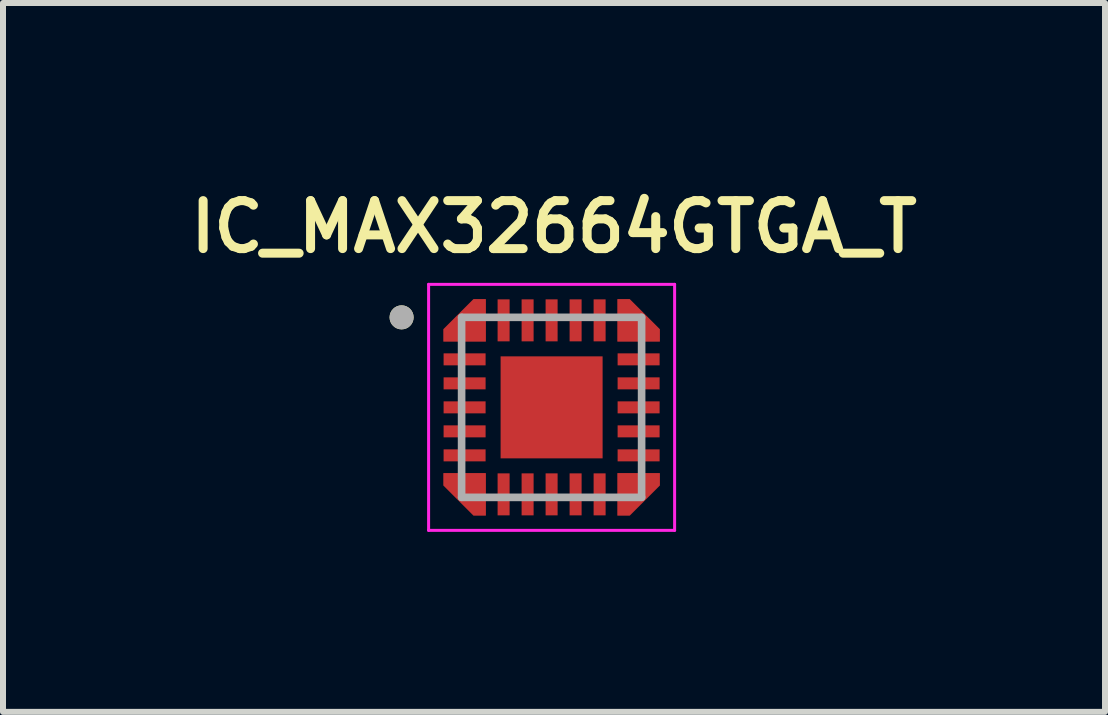
<source format=kicad_pcb>
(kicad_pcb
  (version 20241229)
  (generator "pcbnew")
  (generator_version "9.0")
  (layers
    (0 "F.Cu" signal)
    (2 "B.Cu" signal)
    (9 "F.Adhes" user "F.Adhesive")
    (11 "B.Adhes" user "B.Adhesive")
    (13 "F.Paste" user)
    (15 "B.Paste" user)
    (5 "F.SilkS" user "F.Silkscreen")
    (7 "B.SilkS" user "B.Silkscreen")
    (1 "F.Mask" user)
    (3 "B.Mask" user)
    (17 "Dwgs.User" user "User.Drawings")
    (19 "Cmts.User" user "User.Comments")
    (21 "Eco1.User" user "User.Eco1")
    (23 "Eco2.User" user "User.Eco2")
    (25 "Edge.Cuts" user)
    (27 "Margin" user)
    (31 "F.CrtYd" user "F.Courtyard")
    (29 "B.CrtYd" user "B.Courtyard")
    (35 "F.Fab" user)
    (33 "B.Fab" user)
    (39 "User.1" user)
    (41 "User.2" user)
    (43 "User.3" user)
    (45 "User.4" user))
  (footprint "IC_MAX32664GTGA_T"
    (layer "F.Cu")
    (at 6.143 3.739)
    (property "Reference" "IC_MAX32664GTGA_T" (at 0.04 -3.008 0) (layer "F.SilkS") (effects (font (size 0.8 0.8) (thickness 0.15))))
    (attr smd)
    (fp_poly (pts (xy -1.9 1) (xy -1 1) (xy -1 1.9) (xy -1.341 1.9) (xy -1.9 1.341)) (stroke (width 0.01) (type solid)) (fill yes) (layer "F.Mask"))
    (fp_poly (pts (xy -1 -1.9) (xy -1 -1) (xy -1.9 -1) (xy -1.9 -1.341) (xy -1.341 -1.9)) (stroke (width 0.01) (type solid)) (fill yes) (layer "F.Mask"))
    (fp_poly (pts (xy 1 -1.9) (xy 1 -1) (xy 1.9 -1) (xy 1.9 -1.341) (xy 1.341 -1.9)) (stroke (width 0.01) (type solid)) (fill yes) (layer "F.Mask"))
    (fp_poly (pts (xy 1.9 1) (xy 1 1) (xy 1 1.9) (xy 1.341 1.9) (xy 1.9 1.341)) (stroke (width 0.01) (type solid)) (fill yes) (layer "F.Mask"))
    (fp_circle (center -2.5 -1.5) (end -2.4 -1.5) (stroke (width 0.2) (type solid)) (fill no) (layer "F.SilkS"))
    (fp_poly (pts (xy -0.537 -0.537) (xy 0.537 -0.537) (xy 0.537 0.537) (xy -0.537 0.537)) (stroke (width 0.01) (type solid)) (fill yes) (layer "F.Paste"))
    (fp_poly (pts (xy -1.8 1.1) (xy -1.1 1.1) (xy -1.1 1.8) (xy -1.3 1.8) (xy -1.8 1.3)) (stroke (width 0.01) (type solid)) (fill yes) (layer "F.Paste"))
    (fp_poly (pts (xy -1.1 -1.8) (xy -1.1 -1.1) (xy -1.8 -1.1) (xy -1.8 -1.3) (xy -1.3 -1.8)) (stroke (width 0.01) (type solid)) (fill yes) (layer "F.Paste"))
    (fp_poly (pts (xy 1.1 -1.8) (xy 1.1 -1.1) (xy 1.8 -1.1) (xy 1.8 -1.3) (xy 1.3 -1.8)) (stroke (width 0.01) (type solid)) (fill yes) (layer "F.Paste"))
    (fp_poly (pts (xy 1.8 1.1) (xy 1.1 1.1) (xy 1.1 1.8) (xy 1.3 1.8) (xy 1.8 1.3)) (stroke (width 0.01) (type solid)) (fill yes) (layer "F.Paste"))
    (fp_line (start -2.05 -2.05) (end -2.05 2.05) (stroke (width 0.05) (type solid)) (layer "F.CrtYd"))
    (fp_line (start -2.05 2.05) (end 2.05 2.05) (stroke (width 0.05) (type solid)) (layer "F.CrtYd"))
    (fp_line (start 2.05 -2.05) (end -2.05 -2.05) (stroke (width 0.05) (type solid)) (layer "F.CrtYd"))
    (fp_line (start 2.05 2.05) (end 2.05 -2.05) (stroke (width 0.05) (type solid)) (layer "F.CrtYd"))
    (fp_line (start -1.5 -1.5) (end 1.5 -1.5) (stroke (width 0.127) (type solid)) (layer "F.Fab"))
    (fp_line (start -1.5 1.5) (end -1.5 -1.5) (stroke (width 0.127) (type solid)) (layer "F.Fab"))
    (fp_line (start 1.5 -1.5) (end 1.5 1.5) (stroke (width 0.127) (type solid)) (layer "F.Fab"))
    (fp_line (start 1.5 1.5) (end -1.5 1.5) (stroke (width 0.127) (type solid)) (layer "F.Fab"))
    (fp_circle (center -2.5 -1.5) (end -2.4 -1.5) (stroke (width 0.2) (type solid)) (fill no) (layer "F.Fab"))
    (pad "1" smd custom (at -1.35 -1.35) (size 0.3 0.3) (layers "F.Cu") (options (anchor rect)) (primitives (gr_poly (pts (xy 0.25 -0.45) (xy 0.25 0.25) (xy -0.45 0.25) (xy -0.45 0.05) (xy 0.05 -0.45)) (width 0.01) (fill yes))))
    (pad "2" smd rect (at -1.45 -0.8) (size 0.7 0.2) (layers "F.Cu" "F.Mask" "F.Paste"))
    (pad "3" smd rect (at -1.45 -0.4) (size 0.7 0.2) (layers "F.Cu" "F.Mask" "F.Paste"))
    (pad "4" smd rect (at -1.45 0) (size 0.7 0.2) (layers "F.Cu" "F.Mask" "F.Paste"))
    (pad "5" smd rect (at -1.45 0.4) (size 0.7 0.2) (layers "F.Cu" "F.Mask" "F.Paste"))
    (pad "6" smd rect (at -1.45 0.8) (size 0.7 0.2) (layers "F.Cu" "F.Mask" "F.Paste"))
    (pad "7" smd custom (at -1.35 1.35) (size 0.3 0.3) (layers "F.Cu") (options (anchor rect)) (primitives (gr_poly (pts (xy -0.45 -0.25) (xy 0.25 -0.25) (xy 0.25 0.45) (xy 0.05 0.45) (xy -0.45 -0.05)) (width 0.01) (fill yes))))
    (pad "8" smd rect (at -0.8 1.45) (size 0.2 0.7) (layers "F.Cu" "F.Mask" "F.Paste"))
    (pad "9" smd rect (at -0.4 1.45) (size 0.2 0.7) (layers "F.Cu" "F.Mask" "F.Paste"))
    (pad "10" smd rect (at 0 1.45) (size 0.2 0.7) (layers "F.Cu" "F.Mask" "F.Paste"))
    (pad "11" smd rect (at 0.4 1.45) (size 0.2 0.7) (layers "F.Cu" "F.Mask" "F.Paste"))
    (pad "12" smd rect (at 0.8 1.45) (size 0.2 0.7) (layers "F.Cu" "F.Mask" "F.Paste"))
    (pad "13" smd custom (at 1.35 1.35) (size 0.3 0.3) (layers "F.Cu") (options (anchor rect)) (primitives (gr_poly (pts (xy 0.45 -0.25) (xy -0.25 -0.25) (xy -0.25 0.45) (xy -0.05 0.45) (xy 0.45 -0.05)) (width 0.01) (fill yes))))
    (pad "14" smd rect (at 1.45 0.8) (size 0.7 0.2) (layers "F.Cu" "F.Mask" "F.Paste"))
    (pad "15" smd rect (at 1.45 0.4) (size 0.7 0.2) (layers "F.Cu" "F.Mask" "F.Paste"))
    (pad "16" smd rect (at 1.45 0) (size 0.7 0.2) (layers "F.Cu" "F.Mask" "F.Paste"))
    (pad "17" smd rect (at 1.45 -0.4) (size 0.7 0.2) (layers "F.Cu" "F.Mask" "F.Paste"))
    (pad "18" smd rect (at 1.45 -0.8) (size 0.7 0.2) (layers "F.Cu" "F.Mask" "F.Paste"))
    (pad "19" smd custom (at 1.35 -1.35) (size 0.3 0.3) (layers "F.Cu") (options (anchor rect)) (primitives (gr_poly (pts (xy -0.25 -0.45) (xy -0.25 0.25) (xy 0.45 0.25) (xy 0.45 0.05) (xy -0.05 -0.45)) (width 0.01) (fill yes))))
    (pad "20" smd rect (at 0.8 -1.45) (size 0.2 0.7) (layers "F.Cu" "F.Mask" "F.Paste"))
    (pad "21" smd rect (at 0.4 -1.45) (size 0.2 0.7) (layers "F.Cu" "F.Mask" "F.Paste"))
    (pad "22" smd rect (at 0 -1.45) (size 0.2 0.7) (layers "F.Cu" "F.Mask" "F.Paste"))
    (pad "23" smd rect (at -0.4 -1.45) (size 0.2 0.7) (layers "F.Cu" "F.Mask" "F.Paste"))
    (pad "24" smd rect (at -0.8 -1.45) (size 0.2 0.7) (layers "F.Cu" "F.Mask" "F.Paste"))
    (pad "EP" smd rect (at 0 0) (size 1.7 1.7) (layers "F.Cu" "F.Mask")))
  (gr_rect
    (start -3 -3)
    (end 15.366 8.814)
    (stroke (width 0.1) (type default))
    (fill no)
    (layer "Edge.Cuts")))
</source>
